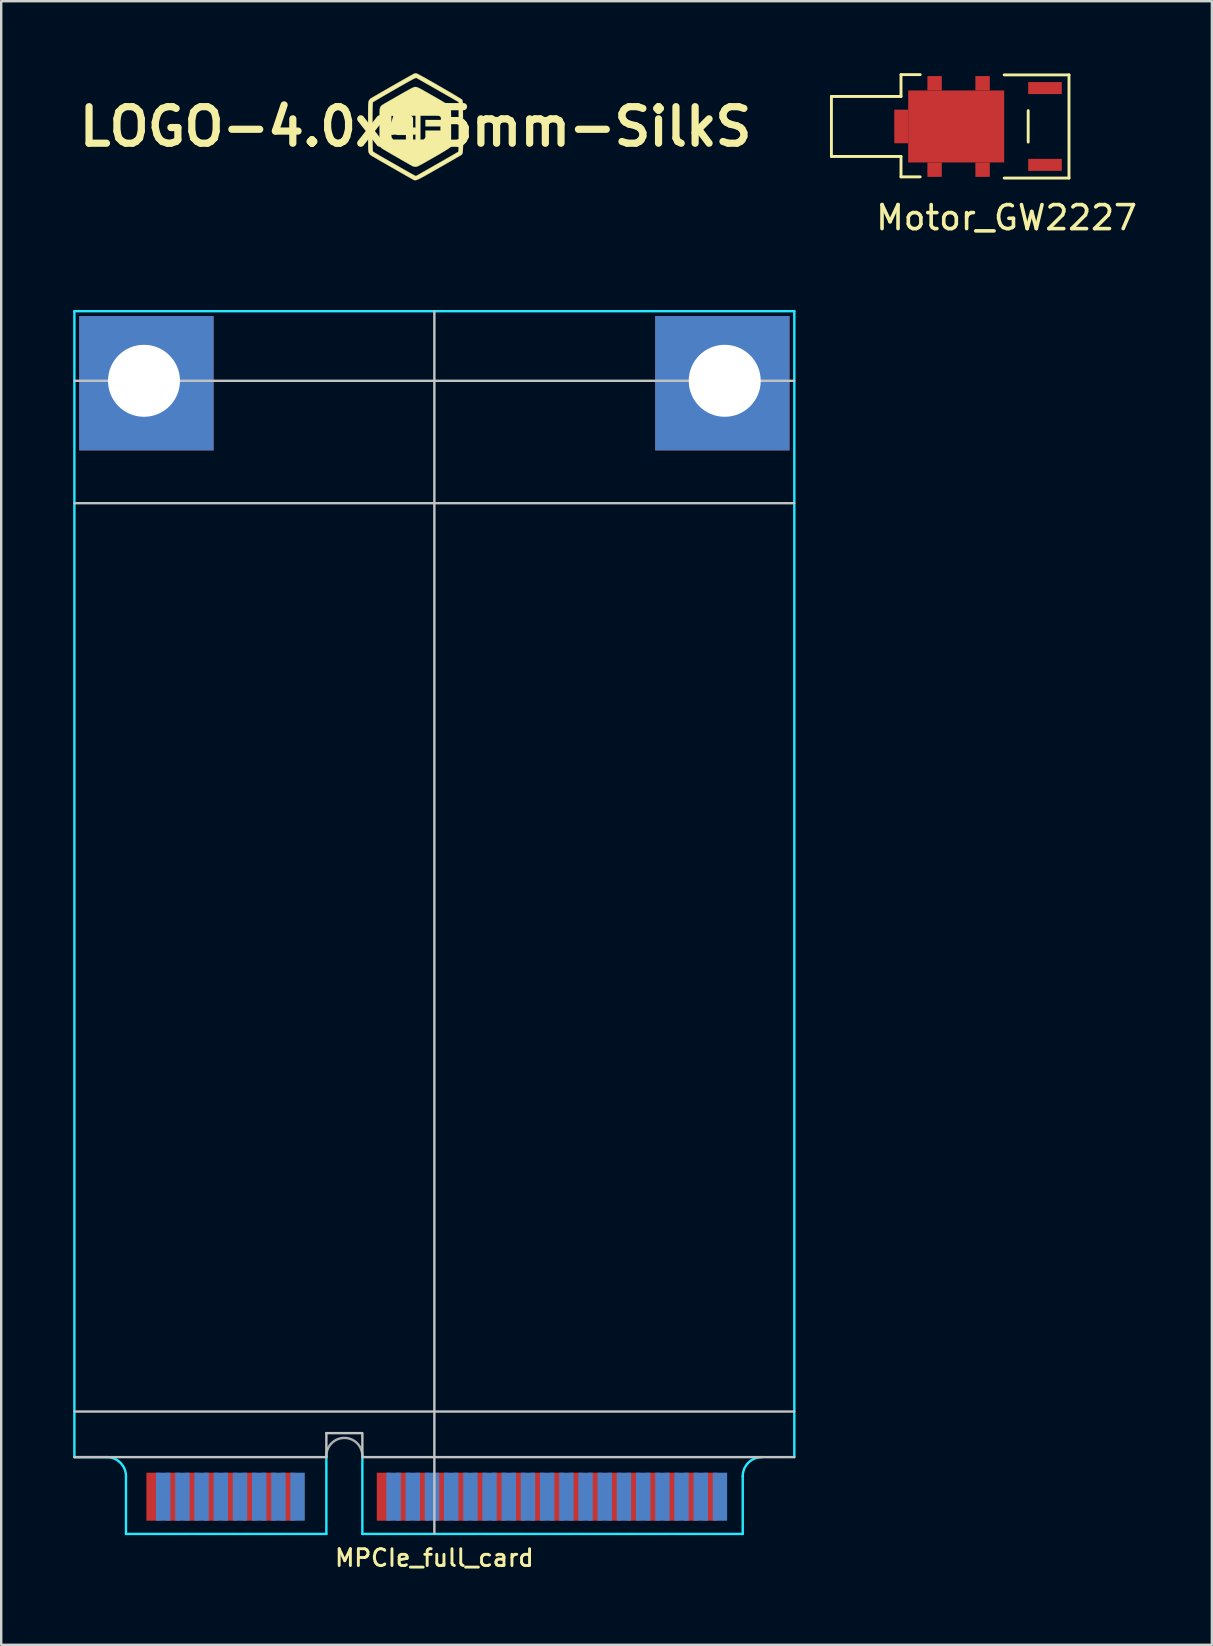
<source format=kicad_pcb>
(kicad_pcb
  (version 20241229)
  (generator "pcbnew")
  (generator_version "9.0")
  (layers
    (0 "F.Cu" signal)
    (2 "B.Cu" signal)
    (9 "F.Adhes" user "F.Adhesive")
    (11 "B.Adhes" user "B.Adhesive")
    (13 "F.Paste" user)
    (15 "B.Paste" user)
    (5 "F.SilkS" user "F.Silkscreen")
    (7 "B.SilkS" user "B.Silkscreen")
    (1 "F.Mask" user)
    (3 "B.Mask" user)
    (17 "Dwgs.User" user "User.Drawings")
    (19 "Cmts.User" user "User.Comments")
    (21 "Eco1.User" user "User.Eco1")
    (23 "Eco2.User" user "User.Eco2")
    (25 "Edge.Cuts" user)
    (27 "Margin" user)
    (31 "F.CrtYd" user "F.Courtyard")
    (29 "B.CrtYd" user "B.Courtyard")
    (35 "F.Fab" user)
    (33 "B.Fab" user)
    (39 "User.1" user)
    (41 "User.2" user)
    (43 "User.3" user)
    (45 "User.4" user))
  (footprint "MPCIe_full_card"
    (layer "F.Cu")
    (at 15.05 60.868)
    (property "Reference" "MPCIe_full_card" (at 0 1 180) (layer "F.SilkS") (effects (font (size 0.7 0.7) (thickness 0.12))))
    (attr through_hole)
    (fp_line (start -15 -5.1) (end 15 -5.1) (stroke (width 0.1) (type solid)) (layer "Dwgs.User"))
    (fp_line (start -15 -3.2) (end -4.5 -3.2) (stroke (width 0.1) (type solid)) (layer "Dwgs.User"))
    (fp_line (start -4.5 -4.2) (end -3 -4.2) (stroke (width 0.1) (type solid)) (layer "Dwgs.User"))
    (fp_line (start -4.5 -3.2) (end -4.5 -4.2) (stroke (width 0.1) (type solid)) (layer "Dwgs.User"))
    (fp_line (start -3 -4.15) (end -3 -3.2) (stroke (width 0.1) (type solid)) (layer "Dwgs.User"))
    (fp_line (start -3 -3.2) (end 15 -3.2) (stroke (width 0.1) (type solid)) (layer "Dwgs.User"))
    (fp_line (start 0 0) (end 0 -50.95) (stroke (width 0.1) (type solid)) (layer "Dwgs.User"))
    (fp_line (start 15 -48.05) (end -15 -48.05) (stroke (width 0.1) (type solid)) (layer "Dwgs.User"))
    (fp_line (start 15 -42.95) (end -15 -42.95) (stroke (width 0.1) (type solid)) (layer "Dwgs.User"))
    (fp_line (start -3.75 -4.5) (end -3.75 -0.15) (stroke (width 0.01) (type solid)) (layer "Eco1.User"))
    (fp_line (start 15 -3.2) (end 13.65 -3.2) (stroke (width 0.1) (type solid)) (layer "Eco2.User"))
    (fp_line (start -15 -50.95) (end -15 -3.2) (stroke (width 0.1) (type solid)) (layer "B.CrtYd"))
    (fp_line (start -13.65 -3.2) (end -15 -3.2) (stroke (width 0.1) (type solid)) (layer "B.CrtYd"))
    (fp_line (start -12.85 0) (end -12.85 -2.4) (stroke (width 0.1) (type solid)) (layer "B.CrtYd"))
    (fp_line (start -4.5 0) (end -12.85 0) (stroke (width 0.1) (type solid)) (layer "B.CrtYd"))
    (fp_line (start -4.5 0) (end -4.5 -3.25) (stroke (width 0.1) (type solid)) (layer "B.CrtYd"))
    (fp_line (start -3 0) (end -3 -3.25) (stroke (width 0.1) (type solid)) (layer "B.CrtYd"))
    (fp_line (start -3 0) (end 12.85 0) (stroke (width 0.1) (type solid)) (layer "B.CrtYd"))
    (fp_line (start 12.85 0) (end 12.85 -2.4) (stroke (width 0.1) (type solid)) (layer "B.CrtYd"))
    (fp_line (start 15 -50.95) (end -15 -50.95) (stroke (width 0.1) (type solid)) (layer "B.CrtYd"))
    (fp_line (start 15 -3.2) (end 15 -50.95) (stroke (width 0.1) (type solid)) (layer "B.CrtYd"))
    (fp_arc (start -13.65 -3.2) (mid -13.084315 -2.965685) (end -12.85 -2.4) (stroke (width 0.1) (type solid)) (layer "B.CrtYd"))
    (fp_arc (start 12.85 -2.4) (mid 13.084315 -2.965685) (end 13.65 -3.2) (stroke (width 0.1) (type solid)) (layer "B.CrtYd"))
    (fp_arc (start -4.5 -3.25) (mid -3.75 -4) (end -3 -3.25) (stroke (width 0.1) (type solid)) (layer "F.Fab"))
    (pad "0" thru_hole trapezoid (at -12.1 -48.05) (size 5.6 5.6) (drill 3 (offset 0.1 0.1)) (layers "*.Cu" "*.Mask"))
    (pad "0" thru_hole trapezoid (at 12.1 -48.05 270) (size 5.6 5.6) (drill 3 (offset 0.1 0.1)) (layers "*.Cu" "*.Mask"))
    (pad "1" smd rect (at -11.7 -1.55) (size 0.6 2) (layers "F.Cu" "F.Mask" "F.Paste"))
    (pad "2" smd rect (at -11.3 -1.55) (size 0.6 2) (layers "B.Cu" "B.Mask" "B.Paste"))
    (pad "3" smd rect (at -10.9 -1.55) (size 0.6 2) (layers "F.Cu" "F.Mask" "F.Paste"))
    (pad "4" smd rect (at -10.5 -1.55) (size 0.6 2) (layers "B.Cu" "B.Mask" "B.Paste"))
    (pad "5" smd rect (at -10.1 -1.55) (size 0.6 2) (layers "F.Cu" "F.Mask" "F.Paste"))
    (pad "6" smd rect (at -9.7 -1.55) (size 0.6 2) (layers "B.Cu" "B.Mask" "B.Paste"))
    (pad "7" smd rect (at -9.3 -1.55) (size 0.6 2) (layers "F.Cu" "F.Mask" "F.Paste"))
    (pad "8" smd rect (at -8.9 -1.55) (size 0.6 2) (layers "B.Cu" "B.Mask" "B.Paste"))
    (pad "9" smd rect (at -8.5 -1.55) (size 0.6 2) (layers "F.Cu" "F.Mask" "F.Paste"))
    (pad "10" smd rect (at -8.1 -1.55) (size 0.6 2) (layers "B.Cu" "B.Mask" "B.Paste"))
    (pad "11" smd rect (at -7.7 -1.55) (size 0.6 2) (layers "F.Cu" "F.Mask" "F.Paste"))
    (pad "12" smd rect (at -7.3 -1.55) (size 0.6 2) (layers "B.Cu" "B.Mask" "B.Paste"))
    (pad "13" smd rect (at -6.9 -1.55) (size 0.6 2) (layers "F.Cu" "F.Mask" "F.Paste"))
    (pad "14" smd rect (at -6.5 -1.55) (size 0.6 2) (layers "B.Cu" "B.Mask" "B.Paste"))
    (pad "15" smd rect (at -6.1 -1.55) (size 0.6 2) (layers "F.Cu" "F.Mask" "F.Paste"))
    (pad "16" smd rect (at -5.7 -1.55) (size 0.6 2) (layers "B.Cu" "B.Mask" "B.Paste"))
    (pad "17" smd rect (at -2.1 -1.55) (size 0.6 2) (layers "F.Cu" "F.Mask" "F.Paste"))
    (pad "18" smd rect (at -1.7 -1.55) (size 0.6 2) (layers "B.Cu" "B.Mask" "B.Paste"))
    (pad "19" smd rect (at -1.3 -1.55) (size 0.6 2) (layers "F.Cu" "F.Mask" "F.Paste"))
    (pad "20" smd rect (at -0.9 -1.55) (size 0.6 2) (layers "B.Cu" "B.Mask" "B.Paste"))
    (pad "21" smd rect (at -0.5 -1.55) (size 0.6 2) (layers "F.Cu" "F.Mask" "F.Paste"))
    (pad "22" smd rect (at -0.1 -1.55) (size 0.6 2) (layers "B.Cu" "B.Mask" "B.Paste"))
    (pad "23" smd rect (at 0.3 -1.55) (size 0.6 2) (layers "F.Cu" "F.Mask" "F.Paste"))
    (pad "24" smd rect (at 0.7 -1.55) (size 0.6 2) (layers "B.Cu" "B.Mask" "B.Paste"))
    (pad "25" smd rect (at 1.1 -1.55) (size 0.6 2) (layers "F.Cu" "F.Mask" "F.Paste"))
    (pad "26" smd rect (at 1.5 -1.55) (size 0.6 2) (layers "B.Cu" "B.Mask" "B.Paste"))
    (pad "27" smd rect (at 1.9 -1.55) (size 0.6 2) (layers "F.Cu" "F.Mask" "F.Paste"))
    (pad "28" smd rect (at 2.3 -1.55) (size 0.6 2) (layers "B.Cu" "B.Mask" "B.Paste"))
    (pad "29" smd rect (at 2.7 -1.55) (size 0.6 2) (layers "F.Cu" "F.Mask" "F.Paste"))
    (pad "30" smd rect (at 3.1 -1.55) (size 0.6 2) (layers "B.Cu" "B.Mask" "B.Paste"))
    (pad "31" smd rect (at 3.5 -1.55) (size 0.6 2) (layers "F.Cu" "F.Mask" "F.Paste"))
    (pad "32" smd rect (at 3.9 -1.55) (size 0.6 2) (layers "B.Cu" "B.Mask" "B.Paste"))
    (pad "33" smd rect (at 4.3 -1.55) (size 0.6 2) (layers "F.Cu" "F.Mask" "F.Paste"))
    (pad "34" smd rect (at 4.7 -1.55) (size 0.6 2) (layers "B.Cu" "B.Mask" "B.Paste"))
    (pad "35" smd rect (at 5.1 -1.55) (size 0.6 2) (layers "F.Cu" "F.Mask" "F.Paste"))
    (pad "36" smd rect (at 5.5 -1.55) (size 0.6 2) (layers "B.Cu" "B.Mask" "B.Paste"))
    (pad "37" smd rect (at 5.9 -1.55) (size 0.6 2) (layers "F.Cu" "F.Mask" "F.Paste"))
    (pad "38" smd rect (at 6.3 -1.55) (size 0.6 2) (layers "B.Cu" "B.Mask" "B.Paste"))
    (pad "39" smd rect (at 6.7 -1.55) (size 0.6 2) (layers "F.Cu" "F.Mask" "F.Paste"))
    (pad "40" smd rect (at 7.1 -1.55) (size 0.6 2) (layers "B.Cu" "B.Mask" "B.Paste"))
    (pad "41" smd rect (at 7.5 -1.55) (size 0.6 2) (layers "F.Cu" "F.Mask" "F.Paste"))
    (pad "42" smd rect (at 7.9 -1.55) (size 0.6 2) (layers "B.Cu" "B.Mask" "B.Paste"))
    (pad "43" smd rect (at 8.3 -1.55) (size 0.6 2) (layers "F.Cu" "F.Mask" "F.Paste"))
    (pad "44" smd rect (at 8.7 -1.55) (size 0.6 2) (layers "B.Cu" "B.Mask" "B.Paste"))
    (pad "45" smd rect (at 9.1 -1.55) (size 0.6 2) (layers "F.Cu" "F.Mask" "F.Paste"))
    (pad "46" smd rect (at 9.5 -1.55) (size 0.6 2) (layers "B.Cu" "B.Mask" "B.Paste"))
    (pad "47" smd rect (at 9.9 -1.55) (size 0.6 2) (layers "F.Cu" "F.Mask" "F.Paste"))
    (pad "48" smd rect (at 10.3 -1.55) (size 0.6 2) (layers "B.Cu" "B.Mask" "B.Paste"))
    (pad "49" smd rect (at 10.7 -1.55) (size 0.6 2) (layers "F.Cu" "F.Mask" "F.Paste"))
    (pad "50" smd rect (at 11.1 -1.55) (size 0.6 2) (layers "B.Cu" "B.Mask" "B.Paste"))
    (pad "51" smd rect (at 11.5 -1.55) (size 0.6 2) (layers "F.Cu" "F.Mask" "F.Paste"))
    (pad "52" smd rect (at 11.9 -1.55) (size 0.6 2) (layers "B.Cu" "B.Mask" "B.Paste")))
  (footprint "LOGO-4.0x4.5mm-SilkS"
    (layer "F.Cu")
    (at 14.268 2.229)
    (property "Reference" "LOGO-4.0x4.5mm-SilkS" (at 0 0 0) (layer "F.SilkS") (effects (font (size 1.524 1.524) (thickness 0.3))))
    (attr through_hole)
    (fp_poly (pts (xy 0.015 -1.654) (xy 0.037 -1.65) (xy 0.064 -1.642) (xy 0.097 -1.629) (xy 0.141 -1.609) (xy 0.197 -1.58) (xy 0.268 -1.541) (xy 0.358 -1.491) (xy 0.468 -1.429) (xy 0.601 -1.353) (xy 0.741 -1.273) (xy 0.904 -1.179) (xy 1.049 -1.095) (xy 1.174 -1.02) (xy 1.277 -0.957) (xy 1.357 -0.907) (xy 1.412 -0.87) (xy 1.44 -0.848) (xy 1.442 -0.846) (xy 1.45 -0.835) (xy 1.456 -0.822) (xy 1.462 -0.805) (xy 1.466 -0.78) (xy 1.469 -0.745) (xy 1.472 -0.696) (xy 1.474 -0.632) (xy 1.475 -0.549) (xy 1.476 -0.444) (xy 1.476 -0.315) (xy 1.476 -0.158) (xy 1.476 0.006) (xy 1.476 0.189) (xy 1.476 0.342) (xy 1.476 0.469) (xy 1.475 0.571) (xy 1.473 0.652) (xy 1.472 0.714) (xy 1.469 0.761) (xy 1.465 0.795) (xy 1.461 0.819) (xy 1.456 0.836) (xy 1.449 0.848) (xy 1.442 0.859) (xy 1.418 0.88) (xy 1.365 0.916) (xy 1.285 0.967) (xy 1.178 1.033) (xy 1.044 1.112) (xy 0.885 1.205) (xy 0.741 1.288) (xy 0.584 1.378) (xy 0.452 1.453) (xy 0.344 1.514) (xy 0.257 1.563) (xy 0.187 1.6) (xy 0.132 1.628) (xy 0.09 1.647) (xy 0.057 1.66) (xy 0.032 1.667) (xy 0.011 1.67) (xy 0 1.67) (xy -0.059 1.664) (xy -0.112 1.649) (xy -0.124 1.644) (xy -0.175 1.616) (xy -0.247 1.576) (xy -0.336 1.525) (xy -0.438 1.467) (xy -0.55 1.403) (xy -0.668 1.335) (xy -0.789 1.266) (xy -0.909 1.196) (xy -1.024 1.129) (xy -1.13 1.067) (xy -1.226 1.011) (xy -1.305 0.964) (xy -1.366 0.927) (xy -1.405 0.903) (xy -1.416 0.895) (xy -1.436 0.877) (xy -1.452 0.859) (xy -1.465 0.838) (xy -1.475 0.811) (xy -1.484 0.774) (xy -1.49 0.725) (xy -1.494 0.661) (xy -1.497 0.579) (xy -1.499 0.476) (xy -1.5 0.349) (xy -1.501 0.195) (xy -1.021 0.195) (xy -1.019 0.286) (xy -1.015 0.356) (xy -1.009 0.408) (xy -0.999 0.446) (xy -0.987 0.474) (xy -0.971 0.495) (xy -0.964 0.502) (xy -0.925 0.541) (xy 0 0.541) (xy 0 -0.459) (xy 0.198 -0.459) (xy 0.198 0.541) (xy 0.412 0.541) (xy 0.412 0.164) (xy 1.039 0.164) (xy 1.039 -0.016) (xy 0.412 -0.016) (xy 0.412 -0.279) (xy 1.052 -0.279) (xy 1.06 -0.331) (xy 1.057 -0.38) (xy 1.03 -0.421) (xy 1.029 -0.421) (xy 1.016 -0.433) (xy 1.002 -0.442) (xy 0.982 -0.449) (xy 0.952 -0.453) (xy 0.908 -0.456) (xy 0.845 -0.458) (xy 0.76 -0.459) (xy 0.648 -0.459) (xy 0.595 -0.459) (xy 0.198 -0.459) (xy 0 -0.459) (xy -0.214 -0.459) (xy -0.214 0.344) (xy -0.791 0.344) (xy -0.796 -0.053) (xy -0.8 -0.451) (xy -1.014 -0.451) (xy -1.019 -0.066) (xy -1.021 0.079) (xy -1.021 0.195) (xy -1.501 0.195) (xy -1.501 0.195) (xy -1.501 0.012) (xy -1.501 0.006) (xy -1.501 -0.171) (xy -1.501 -0.318) (xy -1.5 -0.438) (xy -1.499 -0.535) (xy -1.497 -0.611) (xy -1.495 -0.67) (xy -1.492 -0.714) (xy -1.488 -0.747) (xy -1.483 -0.772) (xy -1.477 -0.791) (xy -1.469 -0.808) (xy -1.468 -0.81) (xy -1.461 -0.826) (xy -1.453 -0.841) (xy -1.444 -0.854) (xy -1.43 -0.869) (xy -1.41 -0.886) (xy -1.38 -0.907) (xy -1.339 -0.933) (xy -1.284 -0.967) (xy -1.213 -1.009) (xy -1.123 -1.061) (xy -1.012 -1.124) (xy -0.878 -1.201) (xy -0.718 -1.293) (xy -0.69 -1.309) (xy -0.541 -1.394) (xy -0.418 -1.464) (xy -0.318 -1.52) (xy -0.238 -1.564) (xy -0.174 -1.597) (xy -0.125 -1.622) (xy -0.087 -1.638) (xy -0.057 -1.648) (xy -0.033 -1.653) (xy -0.012 -1.655) (xy -0.005 -1.655) (xy 0.015 -1.654)) (stroke (width 0.01) (type solid)) (fill yes) (layer "F.SilkS"))
    (fp_poly (pts (xy 0.032 -2.219) (xy 0.048 -2.215) (xy 0.076 -2.202) (xy 0.13 -2.175) (xy 0.205 -2.134) (xy 0.3 -2.083) (xy 0.41 -2.021) (xy 0.532 -1.952) (xy 0.665 -1.877) (xy 0.804 -1.797) (xy 0.947 -1.715) (xy 1.092 -1.632) (xy 1.234 -1.549) (xy 1.371 -1.469) (xy 1.5 -1.394) (xy 1.618 -1.324) (xy 1.722 -1.261) (xy 1.809 -1.208) (xy 1.876 -1.166) (xy 1.92 -1.137) (xy 1.938 -1.123) (xy 1.945 -1.113) (xy 1.95 -1.102) (xy 1.955 -1.085) (xy 1.959 -1.062) (xy 1.963 -1.03) (xy 1.965 -0.986) (xy 1.968 -0.927) (xy 1.969 -0.852) (xy 1.971 -0.757) (xy 1.972 -0.641) (xy 1.973 -0.501) (xy 1.974 -0.335) (xy 1.975 -0.139) (xy 1.975 -0.014) (xy 1.976 0.206) (xy 1.977 0.397) (xy 1.977 0.559) (xy 1.977 0.696) (xy 1.976 0.81) (xy 1.973 0.902) (xy 1.97 0.977) (xy 1.965 1.035) (xy 1.959 1.079) (xy 1.951 1.112) (xy 1.941 1.137) (xy 1.93 1.154) (xy 1.915 1.168) (xy 1.899 1.18) (xy 1.884 1.189) (xy 1.863 1.202) (xy 1.815 1.23) (xy 1.744 1.271) (xy 1.652 1.324) (xy 1.542 1.388) (xy 1.416 1.46) (xy 1.278 1.54) (xy 1.129 1.625) (xy 0.972 1.715) (xy 0.958 1.723) (xy 0.77 1.83) (xy 0.609 1.922) (xy 0.472 2) (xy 0.357 2.064) (xy 0.261 2.116) (xy 0.182 2.157) (xy 0.118 2.188) (xy 0.067 2.209) (xy 0.027 2.223) (xy -0.006 2.229) (xy -0.033 2.229) (xy -0.057 2.224) (xy -0.079 2.216) (xy -0.102 2.204) (xy -0.107 2.201) (xy -0.138 2.184) (xy -0.193 2.153) (xy -0.269 2.11) (xy -0.364 2.056) (xy -0.475 1.993) (xy -0.597 1.923) (xy -0.728 1.848) (xy -0.865 1.77) (xy -1.004 1.69) (xy -1.143 1.611) (xy -1.278 1.533) (xy -1.407 1.46) (xy -1.525 1.392) (xy -1.63 1.331) (xy -1.718 1.28) (xy -1.787 1.24) (xy -1.833 1.213) (xy -1.853 1.202) (xy -1.912 1.148) (xy -1.947 1.093) (xy -1.954 1.077) (xy -1.959 1.06) (xy -1.964 1.037) (xy -1.967 1.007) (xy -1.971 0.967) (xy -1.973 0.915) (xy -1.975 0.848) (xy -1.976 0.763) (xy -1.977 0.657) (xy -1.978 0.529) (xy -1.979 0.376) (xy -1.979 0.195) (xy -1.979 0.003) (xy -1.979 -0.061) (xy -1.8 -0.061) (xy -1.8 0.099) (xy -1.799 0.258) (xy -1.798 0.411) (xy -1.796 0.554) (xy -1.794 0.686) (xy -1.792 0.801) (xy -1.789 0.898) (xy -1.785 0.971) (xy -1.781 1.018) (xy -1.777 1.035) (xy -1.758 1.049) (xy -1.714 1.077) (xy -1.649 1.117) (xy -1.565 1.167) (xy -1.467 1.224) (xy -1.358 1.287) (xy -1.286 1.328) (xy -1.147 1.408) (xy -0.992 1.496) (xy -0.832 1.587) (xy -0.675 1.677) (xy -0.529 1.76) (xy -0.406 1.83) (xy -0.301 1.89) (xy -0.205 1.944) (xy -0.121 1.99) (xy -0.055 2.025) (xy -0.009 2.049) (xy 0.013 2.059) (xy 0.014 2.059) (xy 0.03 2.05) (xy 0.072 2.026) (xy 0.138 1.989) (xy 0.224 1.94) (xy 0.329 1.88) (xy 0.45 1.811) (xy 0.585 1.734) (xy 0.731 1.651) (xy 0.882 1.565) (xy 1.037 1.476) (xy 1.184 1.392) (xy 1.32 1.314) (xy 1.443 1.243) (xy 1.55 1.181) (xy 1.639 1.13) (xy 1.707 1.09) (xy 1.751 1.063) (xy 1.769 1.052) (xy 1.775 1.045) (xy 1.78 1.034) (xy 1.784 1.017) (xy 1.788 0.99) (xy 1.79 0.952) (xy 1.793 0.9) (xy 1.794 0.832) (xy 1.796 0.745) (xy 1.797 0.636) (xy 1.797 0.504) (xy 1.798 0.346) (xy 1.798 0.159) (xy 1.798 0.000493) (xy 1.798 -1.026) (xy 0.936 -1.519) (xy 0.781 -1.608) (xy 0.633 -1.692) (xy 0.496 -1.77) (xy 0.372 -1.841) (xy 0.263 -1.903) (xy 0.173 -1.954) (xy 0.103 -1.994) (xy 0.057 -2.02) (xy 0.037 -2.031) (xy 0.027 -2.033) (xy 0.013 -2.032) (xy -0.008 -2.026) (xy -0.039 -2.014) (xy -0.08 -1.994) (xy -0.134 -1.966) (xy -0.204 -1.928) (xy -0.292 -1.88) (xy -0.399 -1.82) (xy -0.528 -1.747) (xy -0.681 -1.66) (xy -0.86 -1.558) (xy -0.878 -1.547) (xy -1.035 -1.458) (xy -1.183 -1.372) (xy -1.32 -1.293) (xy -1.444 -1.221) (xy -1.552 -1.157) (xy -1.642 -1.104) (xy -1.711 -1.062) (xy -1.757 -1.033) (xy -1.777 -1.02) (xy -1.777 -1.019) (xy -1.782 -0.997) (xy -1.786 -0.946) (xy -1.789 -0.87) (xy -1.792 -0.77) (xy -1.795 -0.652) (xy -1.797 -0.519) (xy -1.798 -0.373) (xy -1.799 -0.22) (xy -1.8 -0.061) (xy -1.979 -0.061) (xy -1.979 -0.205) (xy -1.979 -0.383) (xy -1.979 -0.534) (xy -1.978 -0.659) (xy -1.977 -0.762) (xy -1.976 -0.845) (xy -1.974 -0.91) (xy -1.971 -0.961) (xy -1.968 -0.999) (xy -1.964 -1.027) (xy -1.96 -1.048) (xy -1.954 -1.064) (xy -1.948 -1.079) (xy -1.947 -1.081) (xy -1.915 -1.129) (xy -1.877 -1.17) (xy -1.868 -1.176) (xy -1.844 -1.191) (xy -1.795 -1.22) (xy -1.723 -1.262) (xy -1.632 -1.315) (xy -1.525 -1.377) (xy -1.405 -1.446) (xy -1.275 -1.521) (xy -1.138 -1.599) (xy -0.998 -1.68) (xy -0.858 -1.76) (xy -0.72 -1.839) (xy -0.588 -1.914) (xy -0.464 -1.984) (xy -0.353 -2.047) (xy -0.258 -2.101) (xy -0.18 -2.144) (xy -0.124 -2.175) (xy -0.093 -2.192) (xy -0.093 -2.192) (xy -0.041 -2.215) (xy -0.004 -2.224) (xy 0.032 -2.219)) (stroke (width 0.01) (type solid)) (fill yes) (layer "F.SilkS")))
  (footprint "Motor_GW2227"
    (layer "F.Cu")
    (at 38.795 2.22)
    (property "Reference" "Motor_GW2227" (at 0.1 3.8 0) (layer "F.SilkS") (effects (font (size 1 1) (thickness 0.15))))
    (attr through_hole)
    (fp_line (start -7.2 -1.25) (end -7.2 1.25) (stroke (width 0.12) (type solid)) (layer "F.SilkS"))
    (fp_line (start -4.3 -2.16) (end -4.3 -1.25) (stroke (width 0.12) (type solid)) (layer "F.SilkS"))
    (fp_line (start -4.3 -2.16) (end -3.5 -2.16) (stroke (width 0.12) (type solid)) (layer "F.SilkS"))
    (fp_line (start -4.3 -1.25) (end -7.2 -1.25) (stroke (width 0.12) (type solid)) (layer "F.SilkS"))
    (fp_line (start -4.3 1.25) (end -7.2 1.25) (stroke (width 0.12) (type solid)) (layer "F.SilkS"))
    (fp_line (start -4.3 2.1) (end -4.3 1.25) (stroke (width 0.12) (type solid)) (layer "F.SilkS"))
    (fp_line (start -4.3 2.1) (end -3.5 2.1) (stroke (width 0.12) (type solid)) (layer "F.SilkS"))
    (fp_line (start 0 2.15) (end 2.7 2.15) (stroke (width 0.12) (type solid)) (layer "F.SilkS"))
    (fp_line (start 1 -0.66) (end 1 0.65) (stroke (width 0.12) (type solid)) (layer "F.SilkS"))
    (fp_line (start 2.7 -2.15) (end 0 -2.15) (stroke (width 0.12) (type solid)) (layer "F.SilkS"))
    (fp_line (start 2.7 -2.15) (end 2.7 2.15) (stroke (width 0.12) (type solid)) (layer "F.SilkS"))
    (pad "1" smd rect (at 1.7 -1.6) (size 1.4 0.5) (layers "F.Cu" "F.Mask" "F.Paste"))
    (pad "2" smd rect (at 1.7 1.6) (size 1.4 0.5) (layers "F.Cu" "F.Mask" "F.Paste"))
    (pad "3" smd rect (at -4.29 0) (size 0.58 1.4) (layers "F.Cu" "F.Mask"))
    (pad "3" smd rect (at -2.9 -1.8) (size 0.6 0.6) (layers "F.Cu" "F.Mask"))
    (pad "3" smd rect (at -2.9 1.8) (size 0.6 0.6) (layers "F.Cu" "F.Mask"))
    (pad "3" smd rect (at -2 0) (size 4 3) (layers "F.Cu" "F.Mask" "F.Paste"))
    (pad "3" smd rect (at -0.9 -1.8) (size 0.6 0.6) (layers "F.Cu" "F.Mask"))
    (pad "3" smd rect (at -0.9 1.8) (size 0.6 0.6) (layers "F.Cu" "F.Mask")))
  (gr_rect
    (start -3 -3)
    (end 47.449 65.488)
    (stroke (width 0.1) (type default))
    (fill no)
    (layer "Edge.Cuts")))
</source>
